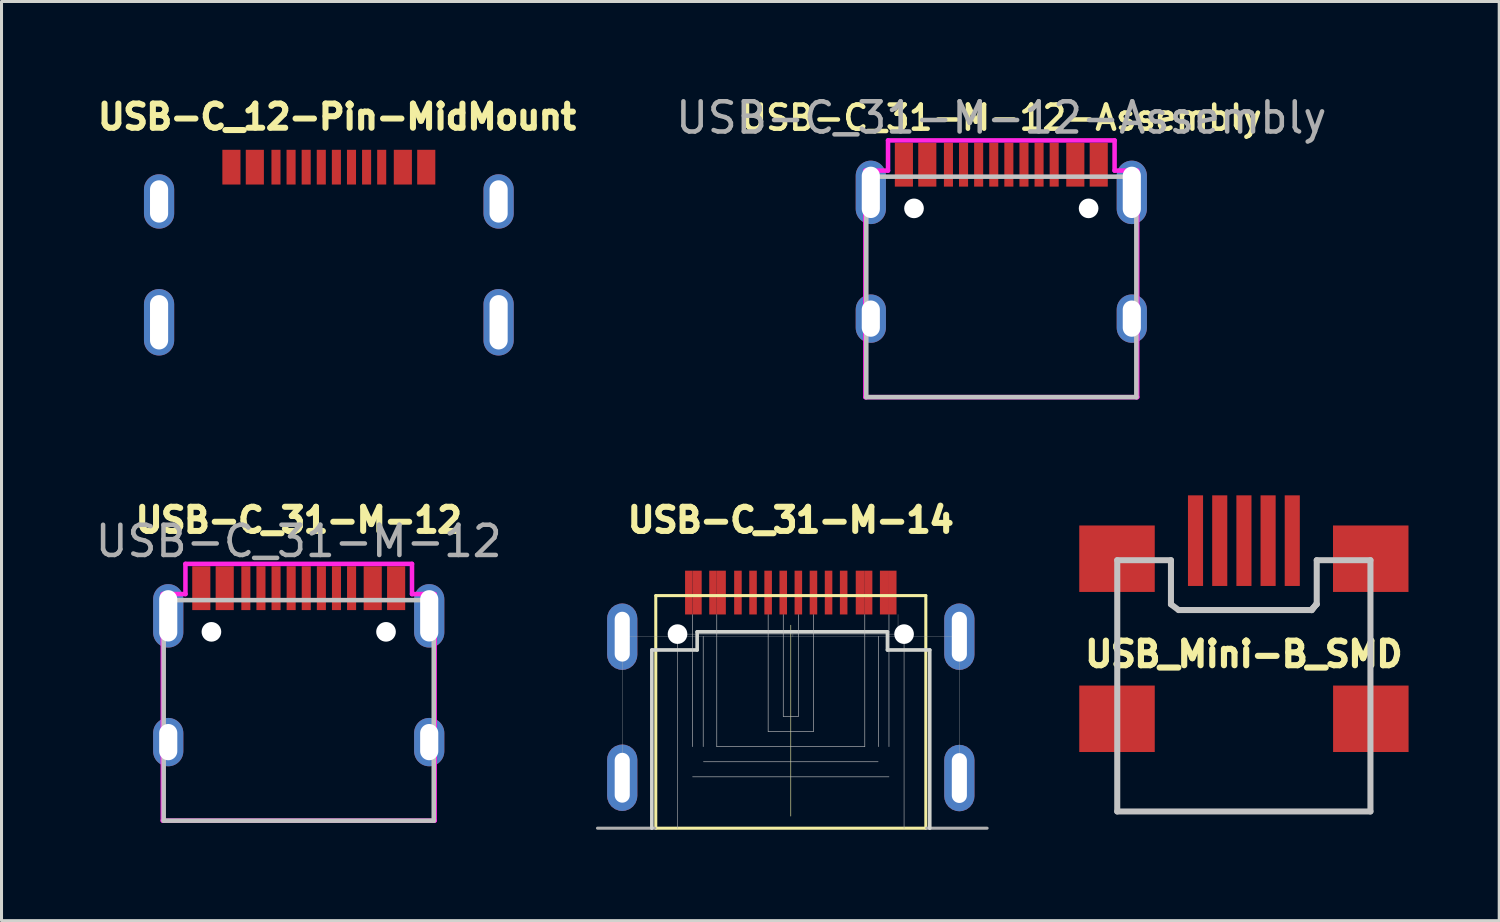
<source format=kicad_pcb>
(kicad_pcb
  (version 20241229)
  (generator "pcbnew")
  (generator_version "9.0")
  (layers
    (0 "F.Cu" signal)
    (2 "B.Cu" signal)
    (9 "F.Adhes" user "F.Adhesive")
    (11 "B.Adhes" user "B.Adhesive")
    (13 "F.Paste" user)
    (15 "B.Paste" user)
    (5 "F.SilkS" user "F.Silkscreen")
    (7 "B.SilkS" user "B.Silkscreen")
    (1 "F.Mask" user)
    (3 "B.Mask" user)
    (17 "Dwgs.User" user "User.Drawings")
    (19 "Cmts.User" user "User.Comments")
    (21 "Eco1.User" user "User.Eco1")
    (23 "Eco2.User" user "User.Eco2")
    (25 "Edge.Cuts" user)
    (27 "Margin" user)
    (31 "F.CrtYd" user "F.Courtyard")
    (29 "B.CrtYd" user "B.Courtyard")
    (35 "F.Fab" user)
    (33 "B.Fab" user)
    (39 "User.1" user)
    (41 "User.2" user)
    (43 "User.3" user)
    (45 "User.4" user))
  (footprint "USB-C_31-M-14"
    (layer "F.Cu")
    (at 23.129 21.667)
    (property "Reference" "USB-C_31-M-14" (at 0 -7.5 180) (layer "F.SilkS") (effects (font (size 0.8 0.8) (thickness 0.2) (bold yes))))
    (attr smd)
    (fp_line (start -4.47 -5) (end -4.47 2.7) (stroke (width 0.1) (type solid)) (layer "F.SilkS"))
    (fp_line (start 0 -4.02) (end 0 2.3) (stroke (width 0.02) (type solid)) (layer "F.SilkS"))
    (fp_line (start 4.47 -5) (end -4.47 -5) (stroke (width 0.1) (type solid)) (layer "F.SilkS"))
    (fp_line (start 4.47 -5) (end 4.47 2.7) (stroke (width 0.1) (type solid)) (layer "F.SilkS"))
    (fp_line (start 4.47 2.7) (end -4.47 2.7) (stroke (width 0.1) (type solid)) (layer "F.SilkS"))
    (fp_line (start -3.25 -4.37) (end -3.25 0) (stroke (width 0.02) (type solid)) (layer "Dwgs.User"))
    (fp_line (start -3.25 1) (end 3.25 1) (stroke (width 0.02) (type solid)) (layer "Dwgs.User"))
    (fp_line (start -2.9 -3.65) (end -2.9 0) (stroke (width 0.02) (type solid)) (layer "Dwgs.User"))
    (fp_line (start -2.89 0.5) (end 2.89 0.5) (stroke (width 0.02) (type solid)) (layer "Dwgs.User"))
    (fp_line (start -2.45 -4.37) (end -2.45 0) (stroke (width 0.02) (type solid)) (layer "Dwgs.User"))
    (fp_line (start -2.45 0) (end 2.45 0) (stroke (width 0.02) (type solid)) (layer "Dwgs.User"))
    (fp_line (start -0.75 -4.37) (end -0.75 -0.5) (stroke (width 0.02) (type solid)) (layer "Dwgs.User"))
    (fp_line (start -0.75 -0.5) (end 0.75 -0.5) (stroke (width 0.02) (type solid)) (layer "Dwgs.User"))
    (fp_line (start -0.25 -4.37) (end -0.25 -1) (stroke (width 0.02) (type solid)) (layer "Dwgs.User"))
    (fp_line (start -0.25 -1) (end 0.25 -1) (stroke (width 0.02) (type solid)) (layer "Dwgs.User"))
    (fp_line (start 0.25 -4.37) (end 0.25 -1) (stroke (width 0.02) (type solid)) (layer "Dwgs.User"))
    (fp_line (start 0.75 -4.37) (end 0.75 -0.5) (stroke (width 0.02) (type solid)) (layer "Dwgs.User"))
    (fp_line (start 2.45 -4.37) (end 2.45 0) (stroke (width 0.02) (type solid)) (layer "Dwgs.User"))
    (fp_line (start 2.9 -3.65) (end 2.9 0) (stroke (width 0.02) (type solid)) (layer "Dwgs.User"))
    (fp_line (start 3.25 -4.37) (end 3.25 0) (stroke (width 0.02) (type solid)) (layer "Dwgs.User"))
    (fp_line (start -4.6 -3.2) (end -4.6 2.7) (stroke (width 0.12) (type solid)) (layer "Edge.Cuts"))
    (fp_line (start -3.1 -3.8) (end -3.1 -3.2) (stroke (width 0.12) (type solid)) (layer "Edge.Cuts"))
    (fp_line (start -3.1 -3.2) (end -4.6 -3.2) (stroke (width 0.12) (type solid)) (layer "Edge.Cuts"))
    (fp_line (start 3.2 -3.8) (end -3.1 -3.8) (stroke (width 0.12) (type solid)) (layer "Edge.Cuts"))
    (fp_line (start 3.2 -3.2) (end 3.2 -3.8) (stroke (width 0.12) (type solid)) (layer "Edge.Cuts"))
    (fp_line (start 4.6 -3.2) (end 3.2 -3.2) (stroke (width 0.12) (type solid)) (layer "Edge.Cuts"))
    (fp_line (start 4.6 2.7) (end 4.6 -3.2) (stroke (width 0.12) (type solid)) (layer "Edge.Cuts"))
    (fp_line (start -5.58 -3.64) (end -5.58 1.04) (stroke (width 0.01) (type solid)) (layer "F.Fab"))
    (fp_line (start -5.575 -3.64) (end 0 -3.64) (stroke (width 0.01) (type solid)) (layer "F.Fab"))
    (fp_line (start -4.5 2.7) (end -6.4 2.7) (stroke (width 0.1) (type solid)) (layer "F.Fab"))
    (fp_line (start -3.75 -3.725) (end -3.75 2.705) (stroke (width 0.02) (type solid)) (layer "F.Fab"))
    (fp_line (start -3.75 -3.725) (end 0 -3.725) (stroke (width 0.01) (type solid)) (layer "F.Fab"))
    (fp_line (start 0 -3.725) (end 3.75 -3.725) (stroke (width 0.01) (type solid)) (layer "F.Fab"))
    (fp_line (start 0 -3.64) (end 5.575 -3.64) (stroke (width 0.01) (type solid)) (layer "F.Fab"))
    (fp_line (start 0.07 -3.72) (end 0.07 -3.64) (stroke (width 0.01) (type solid)) (layer "F.Fab"))
    (fp_line (start 3.55 -4.375) (end 3.55 -3.725) (stroke (width 0.01) (type solid)) (layer "F.Fab"))
    (fp_line (start 3.75 -3.725) (end 3.75 2.705) (stroke (width 0.02) (type solid)) (layer "F.Fab"))
    (fp_line (start 4.5 2.7) (end 6.5 2.7) (stroke (width 0.1) (type solid)) (layer "F.Fab"))
    (fp_line (start 5.58 -3.64) (end 5.58 1.04) (stroke (width 0.01) (type solid)) (layer "F.Fab"))
    (pad "" np_thru_hole circle (at -3.75 -3.725) (size 0.65 0.65) (drill 0.65) (layers "*.Cu" "*.Mask"))
    (pad "" np_thru_hole circle (at 3.75 -3.725) (size 0.65 0.65) (drill 0.65) (layers "*.Cu" "*.Mask"))
    (pad "A1" smd rect (at -3.375 -5.1) (size 0.25 1.45) (layers "F.Cu" "F.Mask" "F.Paste"))
    (pad "A4" smd rect (at -2.575 -5.1) (size 0.25 1.45) (layers "F.Cu" "F.Mask" "F.Paste"))
    (pad "A5" smd rect (at -1.25 -5.1) (size 0.25 1.45) (layers "F.Cu" "F.Mask" "F.Paste"))
    (pad "A6" smd rect (at -0.25 -5.1) (size 0.25 1.45) (layers "F.Cu" "F.Mask" "F.Paste"))
    (pad "A7" smd rect (at 0.25 -5.1) (size 0.25 1.45) (layers "F.Cu" "F.Mask" "F.Paste"))
    (pad "A8" smd rect (at 1.25 -5.1) (size 0.25 1.45) (layers "F.Cu" "F.Mask" "F.Paste"))
    (pad "A9" smd rect (at 2.575 -5.1) (size 0.25 1.45) (layers "F.Cu" "F.Mask" "F.Paste"))
    (pad "A12" smd rect (at 3.375 -5.1) (size 0.25 1.45) (layers "F.Cu" "F.Mask" "F.Paste"))
    (pad "B1" smd rect (at 3.1 -5.1) (size 0.3 1.45) (layers "F.Cu" "F.Mask" "F.Paste"))
    (pad "B4" smd rect (at 2.3 -5.1) (size 0.3 1.45) (layers "F.Cu" "F.Mask" "F.Paste"))
    (pad "B5" smd rect (at 1.75 -5.1) (size 0.25 1.45) (layers "F.Cu" "F.Mask" "F.Paste"))
    (pad "B6" smd rect (at 0.75 -5.1) (size 0.25 1.45) (layers "F.Cu" "F.Mask" "F.Paste"))
    (pad "B7" smd rect (at -0.75 -5.1) (size 0.25 1.45) (layers "F.Cu" "F.Mask" "F.Paste"))
    (pad "B8" smd rect (at -1.75 -5.1) (size 0.25 1.45) (layers "F.Cu" "F.Mask" "F.Paste"))
    (pad "B9" smd rect (at -2.3 -5.1) (size 0.3 1.45) (layers "F.Cu" "F.Mask" "F.Paste"))
    (pad "B12" smd rect (at -3.1 -5.1) (size 0.3 1.45) (layers "F.Cu" "F.Mask" "F.Paste"))
    (pad "S1" thru_hole roundrect (at -5.58 -3.64) (size 1 2.2) (drill oval 0.5 1.65) (layers "*.Cu" "*.Mask") (roundrect_rratio 0.5))
    (pad "S1" thru_hole roundrect (at -5.58 1.03) (size 1 2.2) (drill oval 0.5 1.65) (layers "*.Cu" "*.Mask") (roundrect_rratio 0.5))
    (pad "S1" thru_hole roundrect (at 5.58 -3.64) (size 1 2.2) (drill oval 0.5 1.65) (layers "*.Cu" "*.Mask") (roundrect_rratio 0.5))
    (pad "S1" thru_hole roundrect (at 5.58 1.04) (size 1 2.2) (drill oval 0.5 1.65) (layers "*.Cu" "*.Mask") (roundrect_rratio 0.5)))
  (footprint "USB_Mini-B_SMD"
    (layer "F.Cu")
    (at 38.127 18.098)
    (property "Reference" "USB_Mini-B_SMD" (at 0 0.508 0) (layer "F.SilkS") (effects (font (size 0.813 0.813) (thickness 0.203))))
    (attr through_hole)
    (fp_line (start -4.191 -2.603) (end -4.191 5.715) (stroke (width 0.2) (type solid)) (layer "Dwgs.User"))
    (fp_line (start -4.191 5.715) (end 4.191 5.715) (stroke (width 0.2) (type solid)) (layer "Dwgs.User"))
    (fp_line (start -2.413 -2.603) (end -4.191 -2.603) (stroke (width 0.2) (type solid)) (layer "Dwgs.User"))
    (fp_line (start -2.413 -1.143) (end -2.413 -2.603) (stroke (width 0.2) (type solid)) (layer "Dwgs.User"))
    (fp_line (start -2.159 -0.953) (end -2.413 -1.143) (stroke (width 0.2) (type solid)) (layer "Dwgs.User"))
    (fp_line (start 2.223 -0.953) (end -2.159 -0.953) (stroke (width 0.2) (type solid)) (layer "Dwgs.User"))
    (fp_line (start 2.25 -0.95) (end 2.4 -1.15) (stroke (width 0.2) (type solid)) (layer "Dwgs.User"))
    (fp_line (start 2.25 -0.95) (end 2.4 -1.15) (stroke (width 0.2) (type solid)) (layer "Dwgs.User"))
    (fp_line (start 2.413 -2.603) (end 2.413 -1.143) (stroke (width 0.2) (type solid)) (layer "Dwgs.User"))
    (fp_line (start 2.413 -1.143) (end 2.223 -0.953) (stroke (width 0.2) (type solid)) (layer "Dwgs.User"))
    (fp_line (start 4.191 -2.603) (end 2.413 -2.603) (stroke (width 0.2) (type solid)) (layer "Dwgs.User"))
    (fp_line (start 4.191 5.715) (end 4.191 -2.603) (stroke (width 0.2) (type solid)) (layer "Dwgs.User"))
    (pad "1" smd rect (at -1.6 -3.25) (size 0.5 3) (layers "F.Cu" "F.Mask" "F.Paste"))
    (pad "2" smd rect (at -0.798 -3.25) (size 0.5 3) (layers "F.Cu" "F.Mask" "F.Paste"))
    (pad "3" smd rect (at 0.003 -3.25) (size 0.5 3) (layers "F.Cu" "F.Mask" "F.Paste"))
    (pad "4" smd rect (at 0.803 -3.25) (size 0.5 3) (layers "F.Cu" "F.Mask" "F.Paste"))
    (pad "5" smd rect (at 1.603 -3.25) (size 0.5 3) (layers "F.Cu" "F.Mask" "F.Paste"))
    (pad "6" smd rect (at -4.199 -2.652) (size 2.499 2.2) (layers "F.Cu" "F.Mask" "F.Paste"))
    (pad "7" smd rect (at 4.201 -2.652) (size 2.499 2.2) (layers "F.Cu" "F.Mask" "F.Paste"))
    (pad "8" smd rect (at -4.199 2.647) (size 2.499 2.2) (layers "F.Cu" "F.Mask" "F.Paste"))
    (pad "9" smd rect (at 4.204 2.647) (size 2.499 2.2) (layers "F.Cu" "F.Mask" "F.Paste")))
  (footprint "USB-C_12-Pin-MidMount"
    (layer "F.Cu")
    (at 8.106 9.819)
    (property "Reference" "USB-C_12-Pin-MidMount" (at 0 -9 180) (layer "F.SilkS") (effects (font (size 0.8 0.8) (thickness 0.2) (bold yes))))
    (attr through_hole)
    (pad "1" smd rect (at -3.495 -7.335 180) (size 0.6 1.15) (layers "F.Cu" "F.Mask" "F.Paste"))
    (pad "2" smd rect (at -2.72 -7.335 180) (size 0.6 1.15) (layers "F.Cu" "F.Mask" "F.Paste"))
    (pad "3" smd rect (at -2.02 -7.335 180) (size 0.3 1.15) (layers "F.Cu" "F.Mask" "F.Paste"))
    (pad "4" smd rect (at -1.52 -7.335 180) (size 0.3 1.15) (layers "F.Cu" "F.Mask" "F.Paste"))
    (pad "5" smd rect (at -1.02 -7.335 180) (size 0.3 1.15) (layers "F.Cu" "F.Mask" "F.Paste"))
    (pad "6" smd rect (at -0.52 -7.335 180) (size 0.3 1.15) (layers "F.Cu" "F.Mask" "F.Paste"))
    (pad "7" smd rect (at -0.02 -7.335 180) (size 0.3 1.15) (layers "F.Cu" "F.Mask" "F.Paste"))
    (pad "8" smd rect (at 0.48 -7.335 180) (size 0.3 1.15) (layers "F.Cu" "F.Mask" "F.Paste"))
    (pad "9" smd rect (at 0.98 -7.335 180) (size 0.3 1.15) (layers "F.Cu" "F.Mask" "F.Paste"))
    (pad "10" smd rect (at 1.48 -7.335 180) (size 0.3 1.15) (layers "F.Cu" "F.Mask" "F.Paste"))
    (pad "11" smd rect (at 2.18 -7.335 180) (size 0.6 1.15) (layers "F.Cu" "F.Mask" "F.Paste"))
    (pad "12" smd rect (at 2.955 -7.335 180) (size 0.6 1.15) (layers "F.Cu" "F.Mask" "F.Paste"))
    (pad "13" thru_hole oval (at -5.89 -6.2 180) (size 1 1.8) (drill oval 0.6 1.4) (layers "*.Cu" "*.Mask"))
    (pad "13" thru_hole oval (at -5.89 -2.2 180) (size 1 2.2) (drill oval 0.6 1.8) (layers "*.Cu" "*.Mask"))
    (pad "13" thru_hole oval (at 5.35 -6.2 180) (size 1 1.8) (drill oval 0.6 1.4) (layers "*.Cu" "*.Mask"))
    (pad "13" thru_hole oval (at 5.35 -2.2 180) (size 1 2.2) (drill oval 0.6 1.8) (layers "*.Cu" "*.Mask")))
  (footprint "USB-C_31-M-12-Assembly"
    (layer "F.Cu")
    (at 30.098 10.098)
    (property "Reference" "USB-C_31-M-12-Assembly" (at 0 -9.25 0) (layer "F.SilkS") (effects (font (size 0.8 0.8) (thickness 0.15))))
    (attr smd)
    (fp_line (start -4.47 -7.3) (end 4.47 -7.3) (stroke (width 0.15) (type solid)) (layer "Dwgs.User"))
    (fp_line (start -4.47 0) (end -4.47 -7.3) (stroke (width 0.15) (type solid)) (layer "Dwgs.User"))
    (fp_line (start -4.47 0) (end 4.47 0) (stroke (width 0.15) (type solid)) (layer "Dwgs.User"))
    (fp_line (start 4.47 0) (end 4.47 -7.3) (stroke (width 0.15) (type solid)) (layer "Dwgs.User"))
    (fp_line (start -4.5 -7.5) (end -3.75 -7.5) (stroke (width 0.15) (type solid)) (layer "F.CrtYd"))
    (fp_line (start -4.5 0) (end -4.5 -7.5) (stroke (width 0.15) (type solid)) (layer "F.CrtYd"))
    (fp_line (start -3.75 -8.5) (end 3.75 -8.5) (stroke (width 0.15) (type solid)) (layer "F.CrtYd"))
    (fp_line (start -3.75 -7.5) (end -3.75 -8.5) (stroke (width 0.15) (type solid)) (layer "F.CrtYd"))
    (fp_line (start 3.75 -8.5) (end 3.75 -7.5) (stroke (width 0.15) (type solid)) (layer "F.CrtYd"))
    (fp_line (start 4.5 -7.5) (end 3.75 -7.5) (stroke (width 0.15) (type solid)) (layer "F.CrtYd"))
    (fp_line (start 4.5 -7.5) (end 4.5 0) (stroke (width 0.15) (type solid)) (layer "F.CrtYd"))
    (fp_line (start 4.5 0) (end -4.5 0) (stroke (width 0.15) (type solid)) (layer "F.CrtYd"))
    (fp_text user "${REFERENCE}" (at 0 -9.25 0) (layer "F.Fab") (effects (font (size 1 1) (thickness 0.15))))
    (pad "" np_thru_hole circle (at -2.89 -6.25) (size 0.65 0.65) (drill 0.65) (layers "*.Cu" "*.Mask"))
    (pad "" np_thru_hole circle (at 2.89 -6.25) (size 0.65 0.65) (drill 0.65) (layers "*.Cu" "*.Mask"))
    (pad "1" smd rect (at -3.225 -7.695) (size 0.6 1.45) (layers "F.Cu" "F.Mask" "F.Paste"))
    (pad "2" smd rect (at -2.45 -7.695) (size 0.6 1.45) (layers "F.Cu" "F.Mask" "F.Paste"))
    (pad "3" smd rect (at -1.75 -7.695) (size 0.3 1.45) (layers "F.Cu" "F.Mask" "F.Paste"))
    (pad "4" smd rect (at -1.25 -7.695) (size 0.3 1.45) (layers "F.Cu" "F.Mask" "F.Paste"))
    (pad "5" smd rect (at -0.75 -7.695) (size 0.3 1.45) (layers "F.Cu" "F.Mask" "F.Paste"))
    (pad "6" smd rect (at -0.25 -7.695) (size 0.3 1.45) (layers "F.Cu" "F.Mask" "F.Paste"))
    (pad "7" smd rect (at 0.25 -7.695) (size 0.3 1.45) (layers "F.Cu" "F.Mask" "F.Paste"))
    (pad "8" smd rect (at 0.75 -7.695) (size 0.3 1.45) (layers "F.Cu" "F.Mask" "F.Paste"))
    (pad "9" smd rect (at 1.25 -7.695) (size 0.3 1.45) (layers "F.Cu" "F.Mask" "F.Paste"))
    (pad "10" smd rect (at 1.75 -7.695) (size 0.3 1.45) (layers "F.Cu" "F.Mask" "F.Paste"))
    (pad "11" smd rect (at 2.45 -7.695) (size 0.6 1.45) (layers "F.Cu" "F.Mask" "F.Paste"))
    (pad "12" smd rect (at 3.225 -7.695) (size 0.6 1.45) (layers "F.Cu" "F.Mask" "F.Paste"))
    (pad "13" thru_hole oval (at -4.32 -6.78) (size 1 2.1) (drill oval 0.6 1.7) (layers "*.Cu" "*.Mask"))
    (pad "13" thru_hole oval (at -4.32 -2.6) (size 1 1.6) (drill oval 0.6 1.2) (layers "*.Cu" "*.Mask"))
    (pad "13" thru_hole oval (at 4.32 -6.78) (size 1 2.1) (drill oval 0.6 1.7) (layers "*.Cu" "*.Mask"))
    (pad "13" thru_hole oval (at 4.32 -2.6) (size 1 1.6) (drill oval 0.6 1.2) (layers "*.Cu" "*.Mask")))
  (footprint "USB-C_31-M-12"
    (layer "F.Cu")
    (at 6.839 24.117)
    (property "Reference" "USB-C_31-M-12" (at 0 -9.95 0) (layer "F.SilkS") (effects (font (size 0.8 0.8) (thickness 0.2) (bold yes))))
    (attr smd)
    (fp_line (start -4.47 -7.3) (end 4.47 -7.3) (stroke (width 0.15) (type solid)) (layer "Dwgs.User"))
    (fp_line (start -4.47 0) (end -4.47 -7.3) (stroke (width 0.15) (type solid)) (layer "Dwgs.User"))
    (fp_line (start -4.47 0) (end 4.47 0) (stroke (width 0.15) (type solid)) (layer "Dwgs.User"))
    (fp_line (start 4.47 0) (end 4.47 -7.3) (stroke (width 0.15) (type solid)) (layer "Dwgs.User"))
    (fp_line (start -4.5 -7.5) (end -3.75 -7.5) (stroke (width 0.15) (type solid)) (layer "F.CrtYd"))
    (fp_line (start -4.5 0) (end -4.5 -7.5) (stroke (width 0.15) (type solid)) (layer "F.CrtYd"))
    (fp_line (start -3.75 -8.5) (end 3.75 -8.5) (stroke (width 0.15) (type solid)) (layer "F.CrtYd"))
    (fp_line (start -3.75 -7.5) (end -3.75 -8.5) (stroke (width 0.15) (type solid)) (layer "F.CrtYd"))
    (fp_line (start 3.75 -8.5) (end 3.75 -7.5) (stroke (width 0.15) (type solid)) (layer "F.CrtYd"))
    (fp_line (start 4.5 -7.5) (end 3.75 -7.5) (stroke (width 0.15) (type solid)) (layer "F.CrtYd"))
    (fp_line (start 4.5 -7.5) (end 4.5 0) (stroke (width 0.15) (type solid)) (layer "F.CrtYd"))
    (fp_line (start 4.5 0) (end -4.5 0) (stroke (width 0.15) (type solid)) (layer "F.CrtYd"))
    (fp_text user "${REFERENCE}" (at 0 -9.25 0) (layer "F.Fab") (effects (font (size 1 1) (thickness 0.15))))
    (pad "" np_thru_hole circle (at -2.89 -6.25) (size 0.65 0.65) (drill 0.65) (layers "*.Cu" "*.Mask"))
    (pad "" np_thru_hole circle (at 2.89 -6.25) (size 0.65 0.65) (drill 0.65) (layers "*.Cu" "*.Mask"))
    (pad "1" smd rect (at -3.225 -7.695) (size 0.6 1.45) (layers "F.Cu" "F.Mask" "F.Paste"))
    (pad "2" smd rect (at -2.45 -7.695) (size 0.6 1.45) (layers "F.Cu" "F.Mask" "F.Paste"))
    (pad "3" smd rect (at -1.75 -7.695) (size 0.3 1.45) (layers "F.Cu" "F.Mask" "F.Paste"))
    (pad "4" smd rect (at -1.25 -7.695) (size 0.3 1.45) (layers "F.Cu" "F.Mask" "F.Paste"))
    (pad "5" smd rect (at -0.75 -7.695) (size 0.3 1.45) (layers "F.Cu" "F.Mask" "F.Paste"))
    (pad "6" smd rect (at -0.25 -7.695) (size 0.3 1.45) (layers "F.Cu" "F.Mask" "F.Paste"))
    (pad "7" smd rect (at 0.25 -7.695) (size 0.3 1.45) (layers "F.Cu" "F.Mask" "F.Paste"))
    (pad "8" smd rect (at 0.75 -7.695) (size 0.3 1.45) (layers "F.Cu" "F.Mask" "F.Paste"))
    (pad "9" smd rect (at 1.25 -7.695) (size 0.3 1.45) (layers "F.Cu" "F.Mask" "F.Paste"))
    (pad "10" smd rect (at 1.75 -7.695) (size 0.3 1.45) (layers "F.Cu" "F.Mask" "F.Paste"))
    (pad "11" smd rect (at 2.45 -7.695) (size 0.6 1.45) (layers "F.Cu" "F.Mask" "F.Paste"))
    (pad "12" smd rect (at 3.225 -7.695) (size 0.6 1.45) (layers "F.Cu" "F.Mask" "F.Paste"))
    (pad "13" thru_hole oval (at -4.32 -6.78) (size 1 2.1) (drill oval 0.6 1.7) (layers "*.Cu" "*.Mask"))
    (pad "13" thru_hole oval (at -4.32 -2.6) (size 1 1.6) (drill oval 0.6 1.2) (layers "*.Cu" "*.Mask"))
    (pad "13" thru_hole oval (at 4.32 -6.78) (size 1 2.1) (drill oval 0.6 1.7) (layers "*.Cu" "*.Mask"))
    (pad "13" thru_hole oval (at 4.32 -2.6) (size 1 1.6) (drill oval 0.6 1.2) (layers "*.Cu" "*.Mask")))
  (gr_rect
    (start -3 -3)
    (end 46.581 27.427)
    (stroke (width 0.1) (type default))
    (fill no)
    (layer "Edge.Cuts")))
</source>
